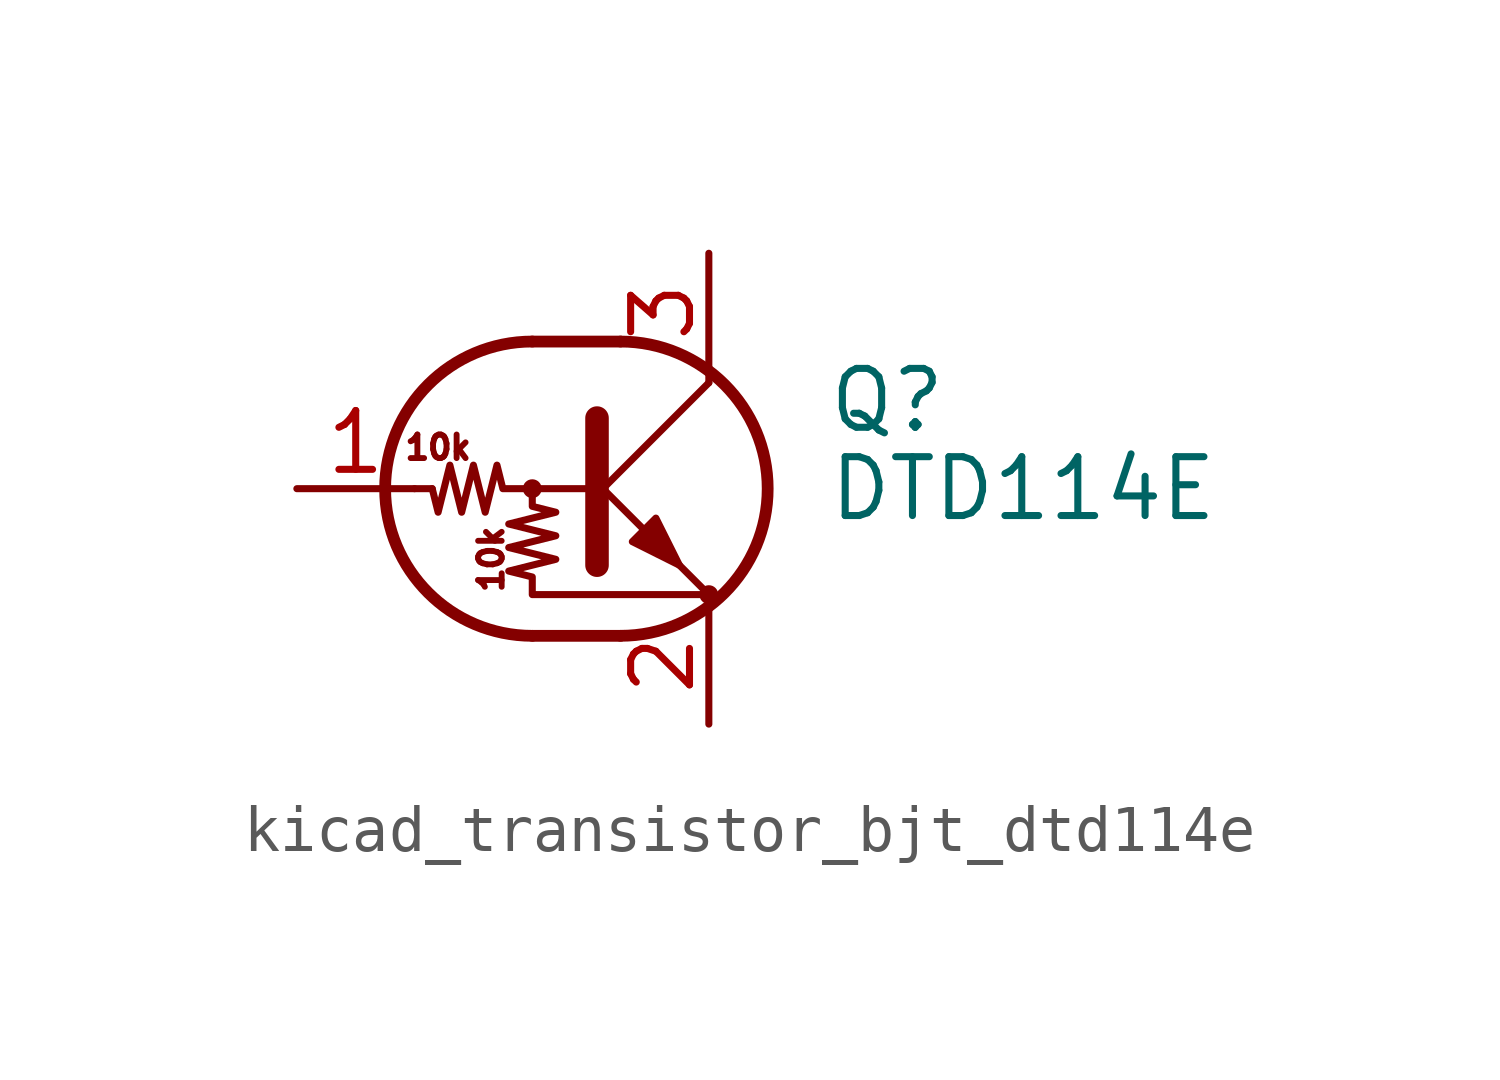
<source format=kicad_sym>
(kicad_symbol_lib
  (version 20220914)
  (generator kicad_symbol_editor)
  (symbol "kicad_transistor_bjt_dtd114e"
    (pin_names
      (offset 0) hide)
    (property "Reference" "Q"
      (at 5.08 1.905 0)
      (effects (font (size 1.27 1.27)) (justify left)))
    (property "Value" "DTD114E"
      (at 5.08 0 0)
      (effects (font (size 1.27 1.27)) (justify left)))
    (symbol "kicad_transistor_bjt_dtd114e_0_0"
      (text "10k" (at -3.302 0.889 0) (effects (font (size 0.508 0.508))))
      (text "10k" (at -2.159 -1.524 900) (effects (font (size 0.508 0.508)))))
    (symbol "kicad_transistor_bjt_dtd114e_0_1"
      (circle (center -1.27 0) (radius 0.127) (stroke (width 0) (type default)) (fill (type none)))
      (arc (start -1.27 3.175) (mid -4.4312 0) (end -1.27 -3.175) (stroke (width 0.254) (type default)) (fill (type none)))
      (polyline (pts (xy -3.429 0) (xy -3.81 0)) (stroke (width 0) (type default)) (fill (type none)))
      (polyline (pts (xy -1.27 -3.175) (xy 0.635 -3.175)) (stroke (width 0.254) (type default)) (fill (type none)))
      (polyline (pts (xy -1.27 3.175) (xy 0.635 3.175)) (stroke (width 0.254) (type default)) (fill (type none)))
      (polyline (pts (xy 0 -0.254) (xy 2.54 2.286)) (stroke (width 0) (type default)) (fill (type none)))
      (polyline (pts (xy 0.127 1.524) (xy 0.127 -1.651)) (stroke (width 0.508) (type default)) (fill (type outline)))
      (polyline (pts (xy 2.54 2.286) (xy 2.54 2.54)) (stroke (width 0) (type default)) (fill (type none)))
      (polyline (pts (xy 2.54 -2.286) (xy 0 0.254) (xy 0 0.254)) (stroke (width 0) (type default)) (fill (type none)))
      (polyline (pts (xy 0.889 -1.143) (xy 1.397 -0.635) (xy 1.905 -1.651) (xy 0.889 -1.143)) (stroke (width 0) (type default)) (fill (type outline)))
      (polyline (pts (xy 0 0) (xy -1.905 0) (xy -2.032 0.508) (xy -2.286 -0.508) (xy -2.54 0.508) (xy -2.794 -0.508) (xy -3.048 0.508) (xy -3.302 -0.508) (xy -3.429 0)) (stroke (width 0) (type default)) (fill (type none)))
      (polyline (pts (xy -1.27 0) (xy -1.27 -0.381) (xy -0.762 -0.508) (xy -1.778 -0.762) (xy -0.762 -1.016) (xy -1.778 -1.27) (xy -0.762 -1.524) (xy -1.778 -1.778) (xy -1.27 -1.905) (xy -1.27 -2.286) (xy 2.54 -2.286)) (stroke (width 0) (type default)) (fill (type none)))
      (arc (start 0.635 -3.175) (mid 3.7962 0) (end 0.635 3.175) (stroke (width 0.254) (type default)) (fill (type none)))
      (circle (center 2.54 -2.286) (radius 0.127) (stroke (width 0) (type default)) (fill (type none))))
    (symbol "kicad_transistor_bjt_dtd114e_1_1"
      (pin input line (at -6.35 0 0) (length 2.54) (name "B" (effects (font (size 1.27 1.27)))) (number "1" (effects (font (size 1.27 1.27)))))
      (pin passive line (at 2.54 -5.08 90) (length 2.54) (name "E" (effects (font (size 1.27 1.27)))) (number "2" (effects (font (size 1.27 1.27)))))
      (pin passive line (at 2.54 5.08 270) (length 2.54) (name "C" (effects (font (size 1.27 1.27)))) (number "3" (effects (font (size 1.27 1.27))))))))
</source>
